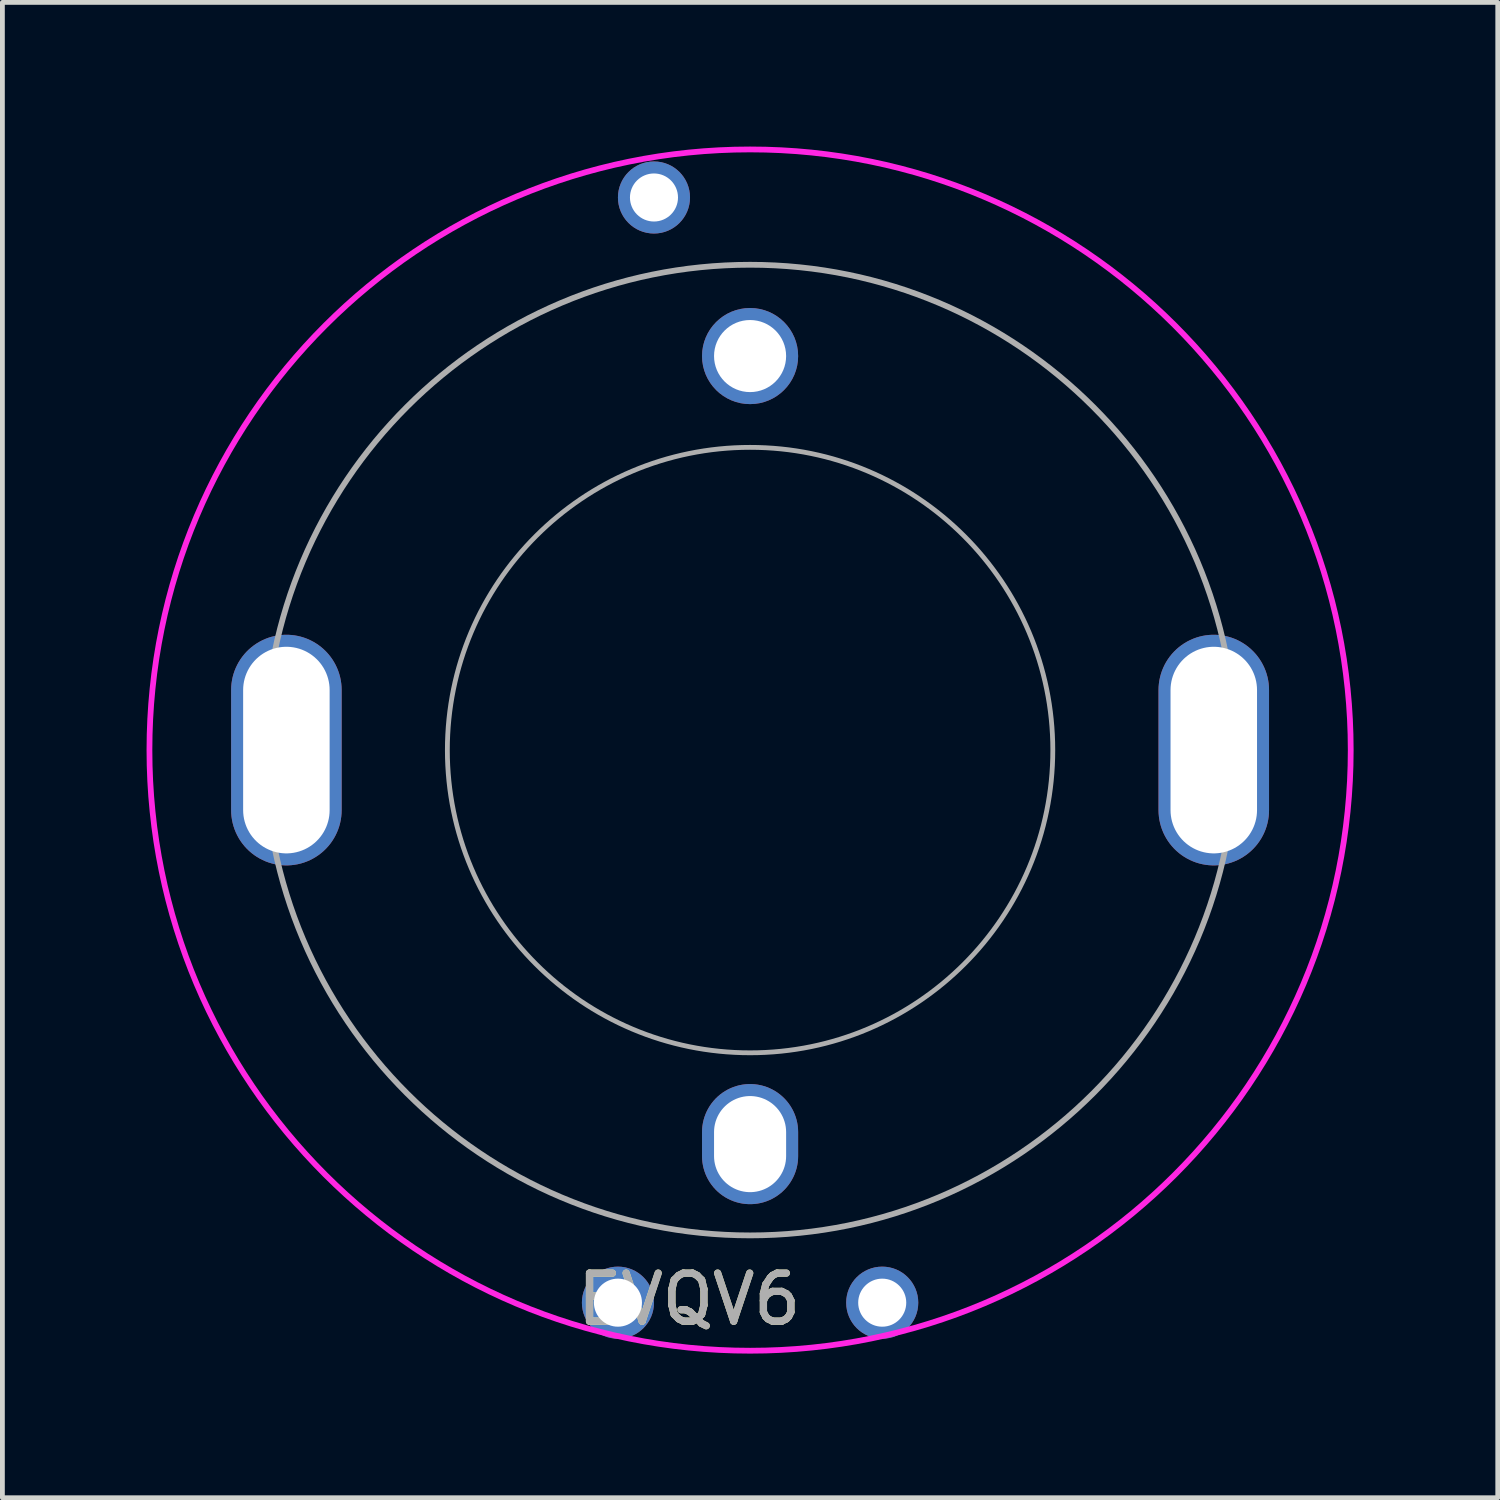
<source format=kicad_pcb>
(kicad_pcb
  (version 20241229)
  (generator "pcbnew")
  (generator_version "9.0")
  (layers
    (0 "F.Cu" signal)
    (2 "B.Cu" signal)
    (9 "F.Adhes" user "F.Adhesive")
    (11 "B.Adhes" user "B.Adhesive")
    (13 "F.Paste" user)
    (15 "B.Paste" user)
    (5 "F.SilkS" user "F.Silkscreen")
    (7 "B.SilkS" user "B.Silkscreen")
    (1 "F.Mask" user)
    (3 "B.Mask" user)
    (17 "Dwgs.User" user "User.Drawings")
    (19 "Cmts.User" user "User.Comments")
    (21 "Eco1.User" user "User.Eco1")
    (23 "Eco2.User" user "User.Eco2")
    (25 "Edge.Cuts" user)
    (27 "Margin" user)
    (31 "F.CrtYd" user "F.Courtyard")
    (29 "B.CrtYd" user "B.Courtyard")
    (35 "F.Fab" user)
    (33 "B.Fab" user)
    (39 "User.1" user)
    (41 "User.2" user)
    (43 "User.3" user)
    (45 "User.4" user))
  (footprint "EVQV6"
    (layer "F.Cu")
    (at 12.56 12.56)
    (property "Reference" "EVQV6" (at -1.27 11.43 0) (unlocked yes) (layer "F.SilkS") (effects (font (size 1 1) (thickness 0.15))))
    (attr smd)
    (fp_circle (center 0 0) (end 12.5 0) (stroke (width 0.12) (type solid)) (fill no) (layer "F.CrtYd"))
    (fp_circle (center 0 0) (end 6.3 0) (stroke (width 0.1) (type solid)) (fill no) (layer "F.Fab"))
    (fp_circle (center 0 0) (end 10.1 0) (stroke (width 0.12) (type solid)) (fill no) (layer "F.Fab"))
    (fp_text user "${REFERENCE}" (at -1.27 11.43 0) (unlocked yes) (layer "F.Fab") (effects (font (size 1 1) (thickness 0.15))))
    (pad "A" thru_hole circle (at -2.75 11.5) (size 1.5 1.5) (drill 1) (layers "*.Cu" "*.Mask"))
    (pad "B" thru_hole circle (at 2.75 11.5) (size 1.5 1.5) (drill 1) (layers "*.Cu" "*.Mask"))
    (pad "C" thru_hole circle (at -2 -11.5) (size 1.5 1.5) (drill 1) (layers "*.Cu" "*.Mask"))
    (pad "S" thru_hole oval (at -9.65 0) (size 2.3 4.8) (drill oval 1.8 4.3) (layers "*.Cu" "*.Mask"))
    (pad "S" thru_hole circle (at 0 -8.2) (size 2 2) (drill 1.5) (layers "*.Cu" "*.Mask"))
    (pad "S" thru_hole oval (at 0 8.2) (size 2 2.5) (drill oval 1.5 2) (layers "*.Cu" "*.Mask"))
    (pad "S" thru_hole oval (at 9.65 0) (size 2.3 4.8) (drill oval 1.8 4.3) (layers "*.Cu" "*.Mask")))
  (gr_rect
    (start -3 -3)
    (end 28.12 28.12)
    (stroke (width 0.1) (type default))
    (fill no)
    (layer "Edge.Cuts")))
</source>
